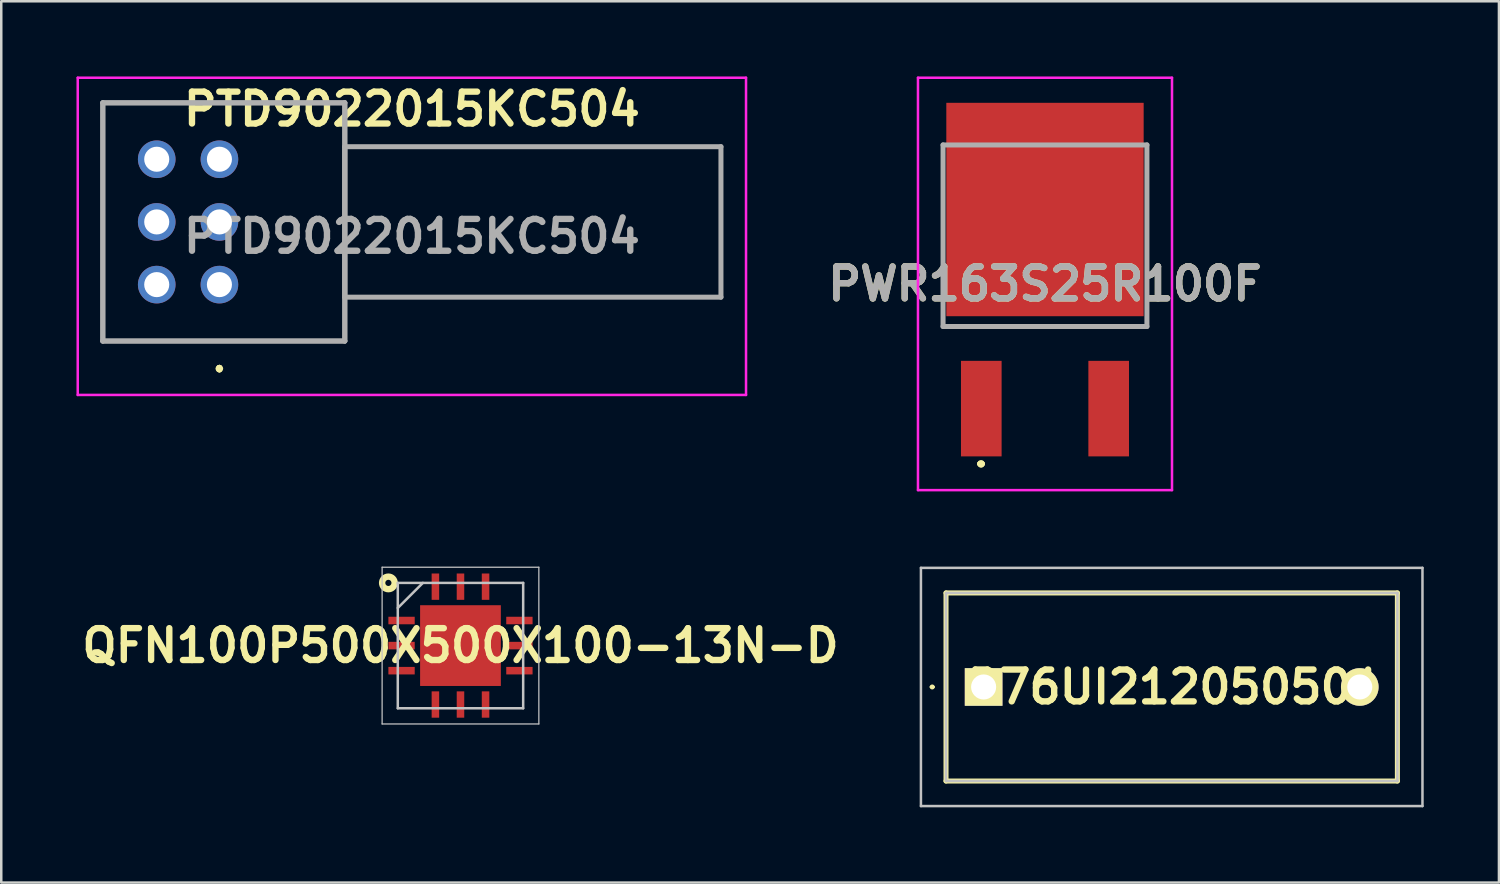
<source format=kicad_pcb>
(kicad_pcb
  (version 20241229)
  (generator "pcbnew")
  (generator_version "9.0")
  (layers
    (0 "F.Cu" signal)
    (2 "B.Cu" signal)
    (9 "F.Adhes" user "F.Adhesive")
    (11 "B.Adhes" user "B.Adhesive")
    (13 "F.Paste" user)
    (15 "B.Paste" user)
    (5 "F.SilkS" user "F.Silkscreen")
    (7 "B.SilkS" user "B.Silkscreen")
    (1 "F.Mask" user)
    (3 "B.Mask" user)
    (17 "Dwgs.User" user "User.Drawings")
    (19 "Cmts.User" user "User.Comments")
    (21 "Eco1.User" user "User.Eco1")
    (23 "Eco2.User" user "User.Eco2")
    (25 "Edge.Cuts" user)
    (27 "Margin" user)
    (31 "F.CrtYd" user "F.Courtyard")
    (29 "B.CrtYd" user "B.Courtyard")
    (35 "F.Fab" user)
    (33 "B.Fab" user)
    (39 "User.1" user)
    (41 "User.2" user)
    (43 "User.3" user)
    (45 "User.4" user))
  (footprint "PWR163S25R100F"
    (layer "F.Cu")
    (at 38.622 6.35)
    (property "Reference" "PWR163S25R100F" (at 0 1.922 0) (layer "F.SilkS") (effects (font (size 1.27 1.27) (thickness 0.254))))
    (attr smd)
    (fp_line (start -2.6 9.095) (end -2.6 9.095) (stroke (width 0.2) (type solid)) (layer "F.SilkS"))
    (fp_line (start -2.6 9.095) (end -2.6 9.095) (stroke (width 0.2) (type solid)) (layer "F.SilkS"))
    (fp_line (start -2.5 9.095) (end -2.5 9.095) (stroke (width 0.2) (type solid)) (layer "F.SilkS"))
    (fp_arc (start -2.6 9.095) (mid -2.55 9.045) (end -2.5 9.095) (stroke (width 0.2) (type solid)) (layer "F.SilkS"))
    (fp_arc (start -2.5 9.095) (mid -2.55 9.145) (end -2.6 9.095) (stroke (width 0.2) (type solid)) (layer "F.SilkS"))
    (fp_arc (start -2.5 9.095) (mid -2.55 9.145) (end -2.6 9.095) (stroke (width 0.2) (type solid)) (layer "F.SilkS"))
    (fp_line (start -5.065 -6.3) (end 5.065 -6.3) (stroke (width 0.1) (type solid)) (layer "F.CrtYd"))
    (fp_line (start -5.065 10.145) (end -5.065 -6.3) (stroke (width 0.1) (type solid)) (layer "F.CrtYd"))
    (fp_line (start 5.065 -6.3) (end 5.065 10.145) (stroke (width 0.1) (type solid)) (layer "F.CrtYd"))
    (fp_line (start 5.065 10.145) (end -5.065 10.145) (stroke (width 0.1) (type solid)) (layer "F.CrtYd"))
    (fp_line (start -4.065 -3.62) (end -4.065 3.62) (stroke (width 0.2) (type solid)) (layer "F.Fab"))
    (fp_line (start -4.065 3.62) (end 4.065 3.62) (stroke (width 0.2) (type solid)) (layer "F.Fab"))
    (fp_line (start 4.065 -3.62) (end -4.065 -3.62) (stroke (width 0.2) (type solid)) (layer "F.Fab"))
    (fp_line (start 4.065 3.62) (end 4.065 -3.62) (stroke (width 0.2) (type solid)) (layer "F.Fab"))
    (fp_text user "${REFERENCE}" (at 0 1.922 0) (layer "F.Fab") (effects (font (size 1.27 1.27) (thickness 0.254))))
    (pad "1" smd rect (at -2.54 6.895) (size 1.62 3.81) (layers "F.Cu" "F.Mask" "F.Paste"))
    (pad "2" smd rect (at 0 -1.045) (size 7.87 8.51) (layers "F.Cu" "F.Mask" "F.Paste"))
    (pad "3" smd rect (at 2.54 6.895) (size 1.62 3.81) (layers "F.Cu" "F.Mask" "F.Paste")))
  (footprint "PTD9022015KC504"
    (layer "F.Cu")
    (at 5.7 8.3)
    (property "Reference" "PTD9022015KC504" (at 7.675 -7 0) (layer "F.SilkS") (effects (font (size 1.27 1.27) (thickness 0.254))))
    (attr through_hole)
    (fp_line (start -4.65 -7.25) (end 5 -7.25) (stroke (width 0.1) (type solid)) (layer "F.SilkS"))
    (fp_line (start -4.65 2.25) (end -4.65 -7.25) (stroke (width 0.1) (type solid)) (layer "F.SilkS"))
    (fp_line (start 0 3.3) (end 0 3.3) (stroke (width 0.2) (type solid)) (layer "F.SilkS"))
    (fp_line (start 0 3.3) (end 0 3.3) (stroke (width 0.2) (type solid)) (layer "F.SilkS"))
    (fp_line (start 0 3.4) (end 0 3.4) (stroke (width 0.2) (type solid)) (layer "F.SilkS"))
    (fp_line (start 5 -7.25) (end 5 2.25) (stroke (width 0.1) (type solid)) (layer "F.SilkS"))
    (fp_line (start 5 0.5) (end 5 -5.5) (stroke (width 0.1) (type solid)) (layer "F.SilkS"))
    (fp_line (start 5 2.25) (end -4.65 2.25) (stroke (width 0.1) (type solid)) (layer "F.SilkS"))
    (fp_arc (start 0 3.3) (mid 0.05 3.35) (end 0 3.4) (stroke (width 0.2) (type solid)) (layer "F.SilkS"))
    (fp_arc (start 0 3.4) (mid -0.05 3.35) (end 0 3.3) (stroke (width 0.2) (type solid)) (layer "F.SilkS"))
    (fp_arc (start 0 3.4) (mid -0.05 3.35) (end 0 3.3) (stroke (width 0.2) (type solid)) (layer "F.SilkS"))
    (fp_line (start -5.65 -8.25) (end 21 -8.25) (stroke (width 0.1) (type solid)) (layer "F.CrtYd"))
    (fp_line (start -5.65 4.4) (end -5.65 -8.25) (stroke (width 0.1) (type solid)) (layer "F.CrtYd"))
    (fp_line (start 21 -8.25) (end 21 4.4) (stroke (width 0.1) (type solid)) (layer "F.CrtYd"))
    (fp_line (start 21 4.4) (end -5.65 4.4) (stroke (width 0.1) (type solid)) (layer "F.CrtYd"))
    (fp_line (start -4.65 -7.25) (end -4.65 2.25) (stroke (width 0.2) (type solid)) (layer "F.Fab"))
    (fp_line (start -4.65 -7.25) (end 5 -7.25) (stroke (width 0.2) (type solid)) (layer "F.Fab"))
    (fp_line (start -4.65 2.25) (end -4.65 -7.25) (stroke (width 0.2) (type solid)) (layer "F.Fab"))
    (fp_line (start -4.65 2.25) (end 5 2.25) (stroke (width 0.2) (type solid)) (layer "F.Fab"))
    (fp_line (start 5 -7.25) (end -4.65 -7.25) (stroke (width 0.2) (type solid)) (layer "F.Fab"))
    (fp_line (start 5 -7.25) (end 5 2.25) (stroke (width 0.2) (type solid)) (layer "F.Fab"))
    (fp_line (start 5 -5.5) (end 20 -5.5) (stroke (width 0.1) (type solid)) (layer "F.Fab"))
    (fp_line (start 5 -5.5) (end 20 -5.5) (stroke (width 0.2) (type solid)) (layer "F.Fab"))
    (fp_line (start 5 0.5) (end 5 -5.5) (stroke (width 0.2) (type solid)) (layer "F.Fab"))
    (fp_line (start 5 2.25) (end -4.65 2.25) (stroke (width 0.2) (type solid)) (layer "F.Fab"))
    (fp_line (start 5 2.25) (end 5 -7.25) (stroke (width 0.2) (type solid)) (layer "F.Fab"))
    (fp_line (start 20 -5.5) (end 20 0.5) (stroke (width 0.1) (type solid)) (layer "F.Fab"))
    (fp_line (start 20 -5.5) (end 20 0.5) (stroke (width 0.2) (type solid)) (layer "F.Fab"))
    (fp_line (start 20 0.5) (end 5 0.5) (stroke (width 0.1) (type solid)) (layer "F.Fab"))
    (fp_line (start 20 0.5) (end 5 0.5) (stroke (width 0.2) (type solid)) (layer "F.Fab"))
    (fp_text user "${REFERENCE}" (at 7.675 -1.925 0) (layer "F.Fab") (effects (font (size 1.27 1.27) (thickness 0.254))))
    (pad "R11" thru_hole circle (at 0 0) (size 1.5 1.5) (drill 1) (layers "*.Cu" "*.Mask"))
    (pad "R12" thru_hole circle (at 0 -2.5) (size 1.5 1.5) (drill 1) (layers "*.Cu" "*.Mask"))
    (pad "R13" thru_hole circle (at 0 -5) (size 1.5 1.5) (drill 1) (layers "*.Cu" "*.Mask"))
    (pad "R21" thru_hole circle (at -2.5 0) (size 1.5 1.5) (drill 1) (layers "*.Cu" "*.Mask"))
    (pad "R22" thru_hole circle (at -2.5 -2.5) (size 1.5 1.5) (drill 1) (layers "*.Cu" "*.Mask"))
    (pad "R23" thru_hole circle (at -2.5 -5) (size 1.5 1.5) (drill 1) (layers "*.Cu" "*.Mask")))
  (footprint "QFN100P500X500X100-13N-D"
    (layer "F.Cu")
    (at 15.313 22.695)
    (property "Reference" "QFN100P500X500X100-13N-D" (at 0 0 0) (layer "F.SilkS") (effects (font (size 1.27 1.27) (thickness 0.254))))
    (attr smd)
    (fp_circle (center -2.875 -2.5) (end -2.625 -2.5) (stroke (width 0.254) (type solid)) (fill no) (layer "F.SilkS"))
    (fp_line (start -3.125 -3.125) (end 3.125 -3.125) (stroke (width 0.05) (type solid)) (layer "Dwgs.User"))
    (fp_line (start -3.125 3.125) (end -3.125 -3.125) (stroke (width 0.05) (type solid)) (layer "Dwgs.User"))
    (fp_line (start -2.5 -2.5) (end 2.5 -2.5) (stroke (width 0.1) (type solid)) (layer "Dwgs.User"))
    (fp_line (start -2.5 -1.5) (end -1.5 -2.5) (stroke (width 0.1) (type solid)) (layer "Dwgs.User"))
    (fp_line (start -2.5 2.5) (end -2.5 -2.5) (stroke (width 0.1) (type solid)) (layer "Dwgs.User"))
    (fp_line (start 2.5 -2.5) (end 2.5 2.5) (stroke (width 0.1) (type solid)) (layer "Dwgs.User"))
    (fp_line (start 2.5 2.5) (end -2.5 2.5) (stroke (width 0.1) (type solid)) (layer "Dwgs.User"))
    (fp_line (start 3.125 -3.125) (end 3.125 3.125) (stroke (width 0.05) (type solid)) (layer "Dwgs.User"))
    (fp_line (start 3.125 3.125) (end -3.125 3.125) (stroke (width 0.05) (type solid)) (layer "Dwgs.User"))
    (pad "1" smd rect (at -2.35 -1 90) (size 0.3 1.05) (layers "F.Cu" "F.Mask" "F.Paste"))
    (pad "2" smd rect (at -2.35 0 90) (size 0.3 1.05) (layers "F.Cu" "F.Mask" "F.Paste"))
    (pad "3" smd rect (at -2.35 1 90) (size 0.3 1.05) (layers "F.Cu" "F.Mask" "F.Paste"))
    (pad "4" smd rect (at -1 2.35) (size 0.3 1.05) (layers "F.Cu" "F.Mask" "F.Paste"))
    (pad "5" smd rect (at 0 2.35) (size 0.3 1.05) (layers "F.Cu" "F.Mask" "F.Paste"))
    (pad "6" smd rect (at 1 2.35) (size 0.3 1.05) (layers "F.Cu" "F.Mask" "F.Paste"))
    (pad "7" smd rect (at 2.35 1 90) (size 0.3 1.05) (layers "F.Cu" "F.Mask" "F.Paste"))
    (pad "8" smd rect (at 2.35 0 90) (size 0.3 1.05) (layers "F.Cu" "F.Mask" "F.Paste"))
    (pad "9" smd rect (at 2.35 -1 90) (size 0.3 1.05) (layers "F.Cu" "F.Mask" "F.Paste"))
    (pad "10" smd rect (at 1 -2.35) (size 0.3 1.05) (layers "F.Cu" "F.Mask" "F.Paste"))
    (pad "11" smd rect (at 0 -2.35) (size 0.3 1.05) (layers "F.Cu" "F.Mask" "F.Paste"))
    (pad "12" smd rect (at -1 -2.35) (size 0.3 1.05) (layers "F.Cu" "F.Mask" "F.Paste"))
    (pad "13" smd rect (at 0 0) (size 3.22 3.22) (layers "F.Cu" "F.Mask" "F.Paste")))
  (footprint "R76UI21205050J"
    (layer "F.Cu")
    (at 36.175 24.345)
    (property "Reference" "R76UI21205050J" (at 7.5 0 0) (layer "F.SilkS") (effects (font (size 1.27 1.27) (thickness 0.254))))
    (attr through_hole exclude_from_pos_files)
    (fp_line (start -2.1 0) (end -2.1 0) (stroke (width 0.1) (type solid)) (layer "F.SilkS"))
    (fp_line (start -2 0) (end -2 0) (stroke (width 0.1) (type solid)) (layer "F.SilkS"))
    (fp_line (start -1.5 -3.75) (end 16.5 -3.75) (stroke (width 0.2) (type solid)) (layer "F.SilkS"))
    (fp_line (start -1.5 3.75) (end -1.5 -3.75) (stroke (width 0.2) (type solid)) (layer "F.SilkS"))
    (fp_line (start 16.5 -3.75) (end 16.5 3.75) (stroke (width 0.2) (type solid)) (layer "F.SilkS"))
    (fp_line (start 16.5 3.75) (end -1.5 3.75) (stroke (width 0.2) (type solid)) (layer "F.SilkS"))
    (fp_arc (start -2.1 0) (mid -2.05 -0.05) (end -2 0) (stroke (width 0.1) (type solid)) (layer "F.SilkS"))
    (fp_arc (start -2 0) (mid -2.05 0.05) (end -2.1 0) (stroke (width 0.1) (type solid)) (layer "F.SilkS"))
    (fp_line (start -2.5 -4.75) (end 17.5 -4.75) (stroke (width 0.1) (type solid)) (layer "Dwgs.User"))
    (fp_line (start -2.5 4.75) (end -2.5 -4.75) (stroke (width 0.1) (type solid)) (layer "Dwgs.User"))
    (fp_line (start -1.5 -3.75) (end -1.5 3.75) (stroke (width 0.1) (type solid)) (layer "Dwgs.User"))
    (fp_line (start -1.5 3.75) (end 16.5 3.75) (stroke (width 0.1) (type solid)) (layer "Dwgs.User"))
    (fp_line (start 16.5 -3.75) (end -1.5 -3.75) (stroke (width 0.1) (type solid)) (layer "Dwgs.User"))
    (fp_line (start 16.5 3.75) (end 16.5 -3.75) (stroke (width 0.1) (type solid)) (layer "Dwgs.User"))
    (fp_line (start 17.5 -4.75) (end 17.5 4.75) (stroke (width 0.1) (type solid)) (layer "Dwgs.User"))
    (fp_line (start 17.5 4.75) (end -2.5 4.75) (stroke (width 0.1) (type solid)) (layer "Dwgs.User"))
    (pad "1" thru_hole rect (at 0 0 90) (size 1.5 1.5) (drill 1) (layers "*.Cu" "*.Mask" "F.SilkS"))
    (pad "2" thru_hole circle (at 15 0 90) (size 1.5 1.5) (drill 1) (layers "*.Cu" "*.Mask" "F.SilkS")))
  (gr_rect
    (start -3 -3)
    (end 56.725 32.145)
    (stroke (width 0.1) (type default))
    (fill no)
    (layer "Edge.Cuts")))
</source>
